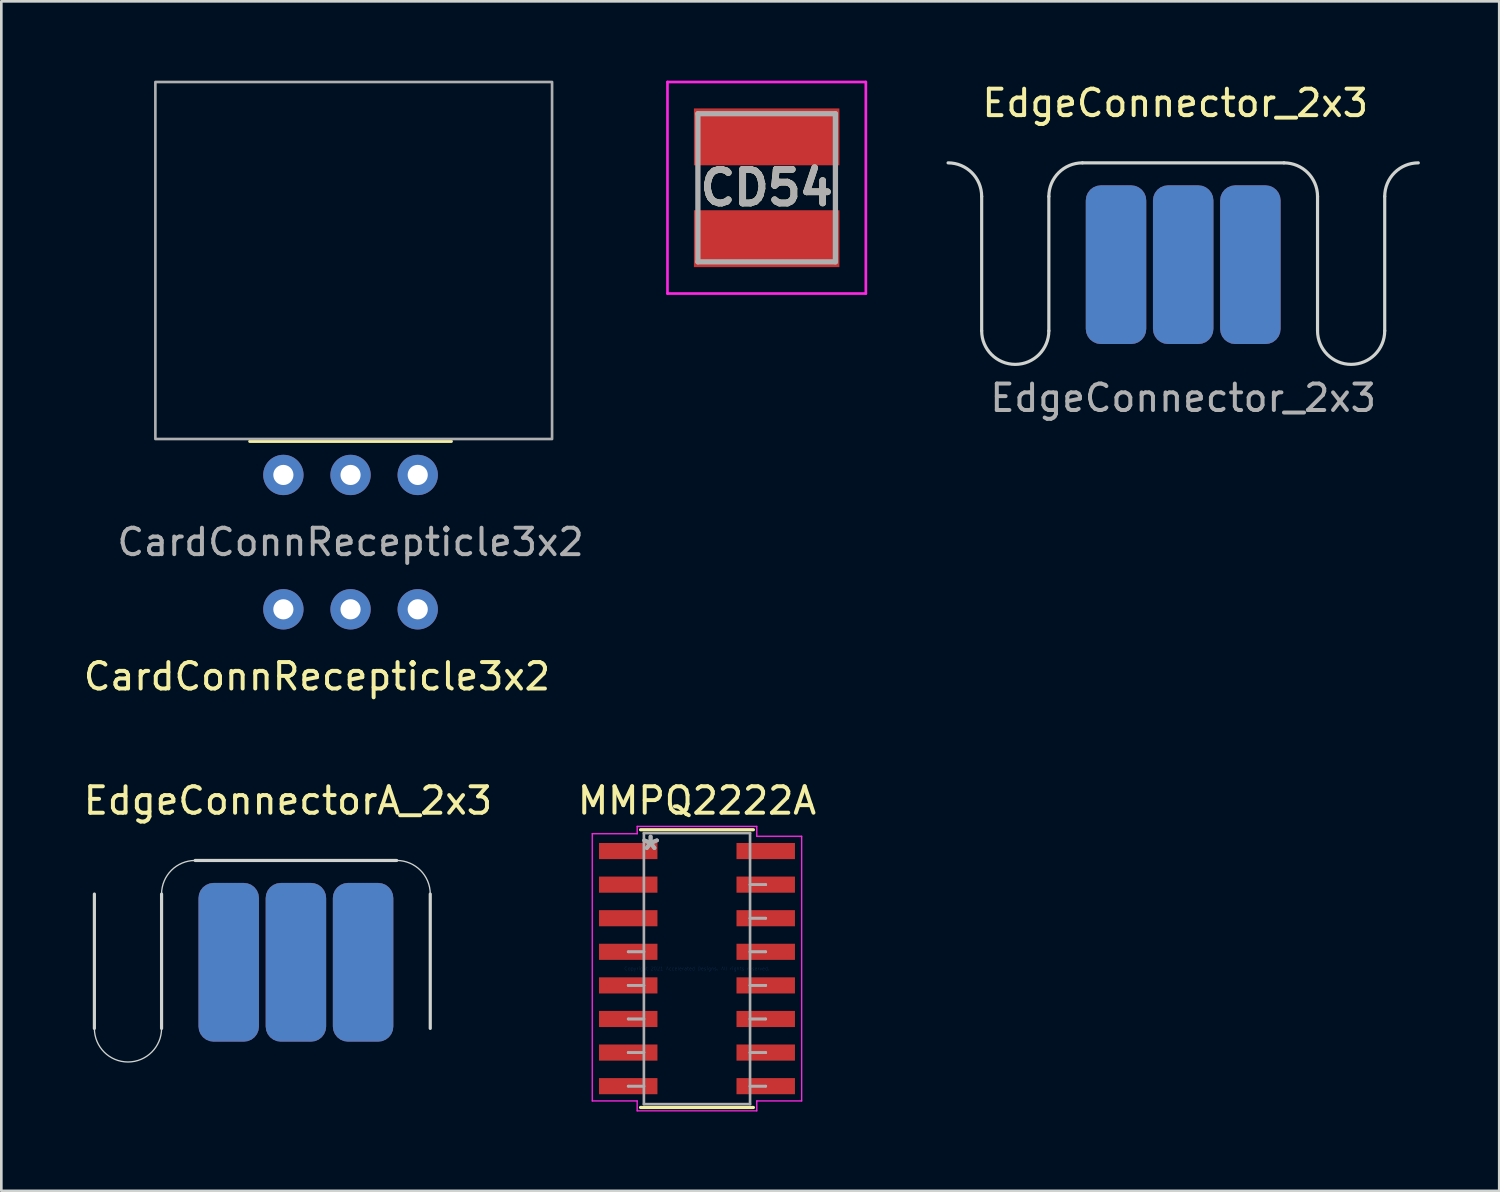
<source format=kicad_pcb>
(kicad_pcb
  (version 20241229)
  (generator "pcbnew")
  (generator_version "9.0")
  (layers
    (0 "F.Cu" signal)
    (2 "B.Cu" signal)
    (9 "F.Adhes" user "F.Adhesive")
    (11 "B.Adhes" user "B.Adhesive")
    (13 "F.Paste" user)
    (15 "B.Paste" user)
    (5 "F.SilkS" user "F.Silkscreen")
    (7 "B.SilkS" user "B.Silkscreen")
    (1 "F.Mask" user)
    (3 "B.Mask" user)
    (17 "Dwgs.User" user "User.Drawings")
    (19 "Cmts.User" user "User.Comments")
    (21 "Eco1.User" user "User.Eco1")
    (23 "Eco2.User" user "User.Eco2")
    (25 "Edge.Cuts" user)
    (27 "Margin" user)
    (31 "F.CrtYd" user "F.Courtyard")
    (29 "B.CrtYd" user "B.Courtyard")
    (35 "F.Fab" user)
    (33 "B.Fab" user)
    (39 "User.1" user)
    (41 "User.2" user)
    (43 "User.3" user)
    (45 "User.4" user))
  (footprint "MMPQ2222A"
    (layer "F.Cu")
    (at 23.304 33.575)
    (property "Reference" "MMPQ2222A" (at 0 -6.35 0) (layer "F.SilkS") (effects (font (size 1 1) (thickness 0.15))))
    (attr through_hole)
    (fp_line (start -2.134 5.251) (end 2.134 5.251) (stroke (width 0.12) (type solid)) (layer "F.SilkS"))
    (fp_line (start 2.134 -5.251) (end -2.134 -5.251) (stroke (width 0.12) (type solid)) (layer "F.SilkS"))
    (fp_line (start -3.959 -5.1) (end -2.26 -5.1) (stroke (width 0.05) (type solid)) (layer "F.CrtYd"))
    (fp_line (start -3.959 5.004) (end -3.959 -5.1) (stroke (width 0.05) (type solid)) (layer "F.CrtYd"))
    (fp_line (start -2.261 5.004) (end -3.959 5.004) (stroke (width 0.05) (type solid)) (layer "F.CrtYd"))
    (fp_line (start -2.261 5.004) (end -2.261 5.378) (stroke (width 0.05) (type solid)) (layer "F.CrtYd"))
    (fp_line (start -2.26 -5.1) (end -2.261 -5.378) (stroke (width 0.05) (type solid)) (layer "F.CrtYd"))
    (fp_line (start 2.261 -5.378) (end -2.261 -5.378) (stroke (width 0.05) (type solid)) (layer "F.CrtYd"))
    (fp_line (start 2.261 -5.378) (end 2.261 -5.004) (stroke (width 0.05) (type solid)) (layer "F.CrtYd"))
    (fp_line (start 2.261 5.378) (end -2.261 5.378) (stroke (width 0.05) (type solid)) (layer "F.CrtYd"))
    (fp_line (start 2.261 5.378) (end 2.261 5.004) (stroke (width 0.05) (type solid)) (layer "F.CrtYd"))
    (fp_line (start 3.959 -5.004) (end 2.261 -5.004) (stroke (width 0.05) (type solid)) (layer "F.CrtYd"))
    (fp_line (start 3.959 -5.004) (end 3.959 5.004) (stroke (width 0.05) (type solid)) (layer "F.CrtYd"))
    (fp_line (start 3.959 5.004) (end 2.261 5.004) (stroke (width 0.05) (type solid)) (layer "F.CrtYd"))
    (fp_line (start -2.6 -0.635) (end -2.6 -0.635) (stroke (width 0.1) (type solid)) (layer "F.Fab"))
    (fp_line (start -2.6 -0.635) (end -2.007 -0.635) (stroke (width 0.1) (type solid)) (layer "F.Fab"))
    (fp_line (start -2.6 0.635) (end -2.6 0.635) (stroke (width 0.1) (type solid)) (layer "F.Fab"))
    (fp_line (start -2.6 0.635) (end -2.007 0.635) (stroke (width 0.1) (type solid)) (layer "F.Fab"))
    (fp_line (start -2.6 1.905) (end -2.6 1.905) (stroke (width 0.1) (type solid)) (layer "F.Fab"))
    (fp_line (start -2.6 1.905) (end -2.007 1.905) (stroke (width 0.1) (type solid)) (layer "F.Fab"))
    (fp_line (start -2.6 3.175) (end -2.6 3.175) (stroke (width 0.1) (type solid)) (layer "F.Fab"))
    (fp_line (start -2.6 3.175) (end -2.007 3.175) (stroke (width 0.1) (type solid)) (layer "F.Fab"))
    (fp_line (start -2.6 4.445) (end -2.6 4.445) (stroke (width 0.1) (type solid)) (layer "F.Fab"))
    (fp_line (start -2.6 4.445) (end -2.007 4.445) (stroke (width 0.1) (type solid)) (layer "F.Fab"))
    (fp_line (start -2.007 -5.124) (end -2.007 5.124) (stroke (width 0.1) (type solid)) (layer "F.Fab"))
    (fp_line (start -2.007 -0.635) (end -2.6 -0.635) (stroke (width 0.1) (type solid)) (layer "F.Fab"))
    (fp_line (start -2.007 -0.635) (end -2.007 -0.635) (stroke (width 0.1) (type solid)) (layer "F.Fab"))
    (fp_line (start -2.007 0.635) (end -2.6 0.635) (stroke (width 0.1) (type solid)) (layer "F.Fab"))
    (fp_line (start -2.007 0.635) (end -2.007 0.635) (stroke (width 0.1) (type solid)) (layer "F.Fab"))
    (fp_line (start -2.007 1.905) (end -2.6 1.905) (stroke (width 0.1) (type solid)) (layer "F.Fab"))
    (fp_line (start -2.007 1.905) (end -2.007 1.905) (stroke (width 0.1) (type solid)) (layer "F.Fab"))
    (fp_line (start -2.007 3.175) (end -2.6 3.175) (stroke (width 0.1) (type solid)) (layer "F.Fab"))
    (fp_line (start -2.007 3.175) (end -2.007 3.175) (stroke (width 0.1) (type solid)) (layer "F.Fab"))
    (fp_line (start -2.007 4.445) (end -2.6 4.445) (stroke (width 0.1) (type solid)) (layer "F.Fab"))
    (fp_line (start -2.007 4.445) (end -2.007 4.445) (stroke (width 0.1) (type solid)) (layer "F.Fab"))
    (fp_line (start -2.007 5.124) (end 2.007 5.124) (stroke (width 0.1) (type solid)) (layer "F.Fab"))
    (fp_line (start 2.007 -5.124) (end -2.007 -5.124) (stroke (width 0.1) (type solid)) (layer "F.Fab"))
    (fp_line (start 2.007 -3.175) (end 2.007 -3.175) (stroke (width 0.1) (type solid)) (layer "F.Fab"))
    (fp_line (start 2.007 -3.175) (end 2.6 -3.175) (stroke (width 0.1) (type solid)) (layer "F.Fab"))
    (fp_line (start 2.007 -1.905) (end 2.007 -1.905) (stroke (width 0.1) (type solid)) (layer "F.Fab"))
    (fp_line (start 2.007 -1.905) (end 2.6 -1.905) (stroke (width 0.1) (type solid)) (layer "F.Fab"))
    (fp_line (start 2.007 -0.635) (end 2.007 -0.635) (stroke (width 0.1) (type solid)) (layer "F.Fab"))
    (fp_line (start 2.007 -0.635) (end 2.6 -0.635) (stroke (width 0.1) (type solid)) (layer "F.Fab"))
    (fp_line (start 2.007 0.635) (end 2.007 0.635) (stroke (width 0.1) (type solid)) (layer "F.Fab"))
    (fp_line (start 2.007 0.635) (end 2.6 0.635) (stroke (width 0.1) (type solid)) (layer "F.Fab"))
    (fp_line (start 2.007 1.905) (end 2.007 1.905) (stroke (width 0.1) (type solid)) (layer "F.Fab"))
    (fp_line (start 2.007 1.905) (end 2.6 1.905) (stroke (width 0.1) (type solid)) (layer "F.Fab"))
    (fp_line (start 2.007 3.175) (end 2.007 3.175) (stroke (width 0.1) (type solid)) (layer "F.Fab"))
    (fp_line (start 2.007 3.175) (end 2.6 3.175) (stroke (width 0.1) (type solid)) (layer "F.Fab"))
    (fp_line (start 2.007 4.445) (end 2.007 4.445) (stroke (width 0.1) (type solid)) (layer "F.Fab"))
    (fp_line (start 2.007 4.445) (end 2.6 4.445) (stroke (width 0.1) (type solid)) (layer "F.Fab"))
    (fp_line (start 2.007 5.124) (end 2.007 -5.124) (stroke (width 0.1) (type solid)) (layer "F.Fab"))
    (fp_line (start 2.6 -3.175) (end 2.007 -3.175) (stroke (width 0.1) (type solid)) (layer "F.Fab"))
    (fp_line (start 2.6 -3.175) (end 2.6 -3.175) (stroke (width 0.1) (type solid)) (layer "F.Fab"))
    (fp_line (start 2.6 -1.905) (end 2.007 -1.905) (stroke (width 0.1) (type solid)) (layer "F.Fab"))
    (fp_line (start 2.6 -1.905) (end 2.6 -1.905) (stroke (width 0.1) (type solid)) (layer "F.Fab"))
    (fp_line (start 2.6 -0.635) (end 2.007 -0.635) (stroke (width 0.1) (type solid)) (layer "F.Fab"))
    (fp_line (start 2.6 -0.635) (end 2.6 -0.635) (stroke (width 0.1) (type solid)) (layer "F.Fab"))
    (fp_line (start 2.6 0.635) (end 2.007 0.635) (stroke (width 0.1) (type solid)) (layer "F.Fab"))
    (fp_line (start 2.6 0.635) (end 2.6 0.635) (stroke (width 0.1) (type solid)) (layer "F.Fab"))
    (fp_line (start 2.6 1.905) (end 2.007 1.905) (stroke (width 0.1) (type solid)) (layer "F.Fab"))
    (fp_line (start 2.6 1.905) (end 2.6 1.905) (stroke (width 0.1) (type solid)) (layer "F.Fab"))
    (fp_line (start 2.6 3.175) (end 2.007 3.175) (stroke (width 0.1) (type solid)) (layer "F.Fab"))
    (fp_line (start 2.6 3.175) (end 2.6 3.175) (stroke (width 0.1) (type solid)) (layer "F.Fab"))
    (fp_line (start 2.6 4.445) (end 2.007 4.445) (stroke (width 0.1) (type solid)) (layer "F.Fab"))
    (fp_line (start 2.6 4.445) (end 2.6 4.445) (stroke (width 0.1) (type solid)) (layer "F.Fab"))
    (fp_text user "Copyright 2021 Accelerated Designs. All rights reserved." (at 0 0 0) (layer "Cmts.User") (effects (font (size 0.127 0.127) (thickness 0.002))))
    (fp_text user "*" (at -1.753 -4.445 0) (layer "F.Fab") (effects (font (size 1 1) (thickness 0.15))))
    (fp_text user "*" (at -1.753 -4.445 0) (layer "F.Fab") (effects (font (size 1 1) (thickness 0.15))))
    (pad "1" smd rect (at -2.6 -4.445) (size 2.21 0.61) (layers "F.Cu" "F.Mask" "F.Paste"))
    (pad "2" smd rect (at -2.6 -3.175) (size 2.21 0.61) (layers "F.Cu" "F.Mask" "F.Paste"))
    (pad "3" smd rect (at -2.6 -1.905) (size 2.21 0.61) (layers "F.Cu" "F.Mask" "F.Paste"))
    (pad "4" smd rect (at -2.6 -0.635) (size 2.21 0.61) (layers "F.Cu" "F.Mask" "F.Paste"))
    (pad "5" smd rect (at -2.6 0.635) (size 2.21 0.61) (layers "F.Cu" "F.Mask" "F.Paste"))
    (pad "6" smd rect (at -2.6 1.905) (size 2.21 0.61) (layers "F.Cu" "F.Mask" "F.Paste"))
    (pad "7" smd rect (at -2.6 3.175) (size 2.21 0.61) (layers "F.Cu" "F.Mask" "F.Paste"))
    (pad "8" smd rect (at -2.6 4.445) (size 2.21 0.61) (layers "F.Cu" "F.Mask" "F.Paste"))
    (pad "9" smd rect (at 2.6 4.445) (size 2.21 0.61) (layers "F.Cu" "F.Mask" "F.Paste"))
    (pad "10" smd rect (at 2.6 3.175) (size 2.21 0.61) (layers "F.Cu" "F.Mask" "F.Paste"))
    (pad "11" smd rect (at 2.6 1.905) (size 2.21 0.61) (layers "F.Cu" "F.Mask" "F.Paste"))
    (pad "12" smd rect (at 2.6 0.635) (size 2.21 0.61) (layers "F.Cu" "F.Mask" "F.Paste"))
    (pad "13" smd rect (at 2.6 -0.635) (size 2.21 0.61) (layers "F.Cu" "F.Mask" "F.Paste"))
    (pad "14" smd rect (at 2.6 -1.905) (size 2.21 0.61) (layers "F.Cu" "F.Mask" "F.Paste"))
    (pad "15" smd rect (at 2.6 -3.175) (size 2.21 0.61) (layers "F.Cu" "F.Mask" "F.Paste"))
    (pad "16" smd rect (at 2.6 -4.445) (size 2.21 0.61) (layers "F.Cu" "F.Mask" "F.Paste")))
  (footprint "CardConnRecepticle3x2"
    (layer "F.Cu")
    (at 10.205 17.449)
    (property "Reference" "CardConnRecepticle3x2" (at -1.27 5.08 0) (unlocked yes) (layer "F.SilkS") (effects (font (size 1 1) (thickness 0.15))))
    (attr through_hole)
    (fp_rect (start -3.81 -3.81) (end 3.81 -3.81) (stroke (width 0.12) (type solid)) (fill no) (layer "F.SilkS"))
    (fp_rect (start 7.62 -17.399) (end -7.38 -3.899) (stroke (width 0.1) (type solid)) (fill no) (layer "F.Fab"))
    (fp_text user "${REFERENCE}" (at 0 0 0) (unlocked yes) (layer "F.Fab") (effects (font (size 1 1) (thickness 0.15))))
    (pad "1" thru_hole circle (at 2.54 2.54) (size 1.524 1.524) (drill 0.762) (layers "*.Cu" "*.Mask"))
    (pad "2" thru_hole circle (at 0 2.54) (size 1.524 1.524) (drill 0.762) (layers "*.Cu" "*.Mask"))
    (pad "3" thru_hole circle (at -2.54 2.54) (size 1.524 1.524) (drill 0.762) (layers "*.Cu" "*.Mask"))
    (pad "4" thru_hole circle (at 2.54 -2.54) (size 1.524 1.524) (drill 0.762) (layers "*.Cu" "*.Mask"))
    (pad "5" thru_hole circle (at 0 -2.54) (size 1.524 1.524) (drill 0.762) (layers "*.Cu" "*.Mask"))
    (pad "6" thru_hole circle (at -2.54 -2.54) (size 1.524 1.524) (drill 0.762) (layers "*.Cu" "*.Mask")))
  (footprint "EdgeConnectorA_2x3"
    (layer "F.Cu")
    (at 8.139 30.756)
    (property "Reference" "EdgeConnectorA_2x3" (at -0.3 -3.53 0) (unlocked yes) (layer "F.SilkS") (effects (font (size 1 1) (thickness 0.15))))
    (attr smd)
    (fp_line (start -7.62 5.08) (end -7.62 0) (stroke (width 0.12) (type solid)) (layer "Edge.Cuts"))
    (fp_line (start -5.08 5.08) (end -5.08 0) (stroke (width 0.12) (type solid)) (layer "Edge.Cuts"))
    (fp_line (start -3.81 -1.27) (end 3.81 -1.27) (stroke (width 0.12) (type solid)) (layer "Edge.Cuts"))
    (fp_line (start 5.08 0) (end 5.08 5.08) (stroke (width 0.12) (type solid)) (layer "Edge.Cuts"))
    (fp_arc (start -5.08 0) (mid -4.708026 -0.898026) (end -3.81 -1.27) (stroke (width 0.05) (type default)) (layer "Edge.Cuts"))
    (fp_arc (start -5.08 5.08) (mid -6.35 6.35) (end -7.62 5.08) (stroke (width 0.05) (type default)) (layer "Edge.Cuts"))
    (fp_arc (start 3.81 -1.27) (mid 4.708026 -0.898026) (end 5.08 0) (stroke (width 0.05) (type default)) (layer "Edge.Cuts"))
    (pad "1" smd roundrect (at -2.54 2.58) (size 2.286 6) (layers "F.Cu" "F.Mask") (roundrect_rratio 0.25))
    (pad "2" smd roundrect (at 0 2.58) (size 2.286 6) (layers "F.Cu" "F.Mask") (roundrect_rratio 0.25))
    (pad "3" smd roundrect (at 2.54 2.58) (size 2.286 6) (layers "F.Cu" "F.Mask") (roundrect_rratio 0.25))
    (pad "4" smd roundrect (at -2.54 2.58) (size 2.286 6) (layers "B.Cu" "B.Mask") (roundrect_rratio 0.25))
    (pad "5" smd roundrect (at 0 2.58) (size 2.286 6) (layers "B.Cu" "B.Mask") (roundrect_rratio 0.25))
    (pad "6" smd roundrect (at 2.54 2.58) (size 2.286 6) (layers "B.Cu" "B.Mask") (roundrect_rratio 0.25)))
  (footprint "EdgeConnector_2x3"
    (layer "F.Cu")
    (at 41.689 4.378)
    (property "Reference" "EdgeConnector_2x3" (at -0.3 -3.53 0) (unlocked yes) (layer "F.SilkS") (effects (font (size 1 1) (thickness 0.15))))
    (attr smd)
    (fp_line (start -7.62 5.08) (end -7.62 0) (stroke (width 0.12) (type solid)) (layer "Edge.Cuts"))
    (fp_line (start -5.08 5.08) (end -5.08 0) (stroke (width 0.12) (type solid)) (layer "Edge.Cuts"))
    (fp_line (start -3.81 -1.27) (end 3.81 -1.27) (stroke (width 0.12) (type solid)) (layer "Edge.Cuts"))
    (fp_line (start 5.08 0) (end 5.08 5.08) (stroke (width 0.12) (type solid)) (layer "Edge.Cuts"))
    (fp_line (start 7.62 5.08) (end 7.62 0) (stroke (width 0.12) (type solid)) (layer "Edge.Cuts"))
    (fp_arc (start -8.89 -1.27) (mid -7.991974 -0.898026) (end -7.62 0) (stroke (width 0.12) (type solid)) (layer "Edge.Cuts"))
    (fp_arc (start -5.08 0) (mid -4.708026 -0.898026) (end -3.81 -1.27) (stroke (width 0.12) (type solid)) (layer "Edge.Cuts"))
    (fp_arc (start -5.08 5.08) (mid -6.35 6.35) (end -7.62 5.08) (stroke (width 0.12) (type solid)) (layer "Edge.Cuts"))
    (fp_arc (start 3.81 -1.27) (mid 4.708026 -0.898026) (end 5.08 0) (stroke (width 0.12) (type solid)) (layer "Edge.Cuts"))
    (fp_arc (start 7.62 0) (mid 7.991974 -0.898026) (end 8.89 -1.27) (stroke (width 0.12) (type solid)) (layer "Edge.Cuts"))
    (fp_arc (start 7.62 5.08) (mid 6.35 6.35) (end 5.08 5.08) (stroke (width 0.12) (type solid)) (layer "Edge.Cuts"))
    (fp_text user "${REFERENCE}" (at 0 7.62 0) (unlocked yes) (layer "F.Fab") (effects (font (size 1 1) (thickness 0.15))))
    (pad "1" smd roundrect (at -2.54 2.58) (size 2.286 6) (layers "F.Cu" "F.Mask") (roundrect_rratio 0.25))
    (pad "2" smd roundrect (at 0 2.58) (size 2.286 6) (layers "F.Cu" "F.Mask") (roundrect_rratio 0.25))
    (pad "3" smd roundrect (at 2.54 2.58) (size 2.286 6) (layers "F.Cu" "F.Mask") (roundrect_rratio 0.25))
    (pad "4" smd roundrect (at -2.54 2.58) (size 2.286 6) (layers "B.Cu" "B.Mask") (roundrect_rratio 0.25))
    (pad "5" smd roundrect (at 0 2.58) (size 2.286 6) (layers "B.Cu" "B.Mask") (roundrect_rratio 0.25))
    (pad "6" smd roundrect (at 2.54 2.58) (size 2.286 6) (layers "B.Cu" "B.Mask") (roundrect_rratio 0.25)))
  (footprint "CD54"
    (layer "F.Cu")
    (at 25.939 4.05)
    (property "Reference" "CD54" (at 0 0 0) (layer "F.SilkS") (effects (font (size 1.27 1.27) (thickness 0.254))))
    (attr smd)
    (fp_line (start -2.6 -0.5) (end -2.6 0.5) (stroke (width 0.1) (type solid)) (layer "F.SilkS"))
    (fp_line (start 2.6 -0.5) (end 2.6 0.5) (stroke (width 0.1) (type solid)) (layer "F.SilkS"))
    (fp_line (start -3.75 -4) (end 3.75 -4) (stroke (width 0.1) (type solid)) (layer "F.CrtYd"))
    (fp_line (start -3.75 4) (end -3.75 -4) (stroke (width 0.1) (type solid)) (layer "F.CrtYd"))
    (fp_line (start 3.75 -4) (end 3.75 4) (stroke (width 0.1) (type solid)) (layer "F.CrtYd"))
    (fp_line (start 3.75 4) (end -3.75 4) (stroke (width 0.1) (type solid)) (layer "F.CrtYd"))
    (fp_line (start -2.6 -2.8) (end 2.6 -2.8) (stroke (width 0.2) (type solid)) (layer "F.Fab"))
    (fp_line (start -2.6 2.8) (end -2.6 -2.8) (stroke (width 0.2) (type solid)) (layer "F.Fab"))
    (fp_line (start 2.6 -2.8) (end 2.6 2.8) (stroke (width 0.2) (type solid)) (layer "F.Fab"))
    (fp_line (start 2.6 2.8) (end -2.6 2.8) (stroke (width 0.2) (type solid)) (layer "F.Fab"))
    (fp_text user "${REFERENCE}" (at 0 0 0) (layer "F.Fab") (effects (font (size 1.27 1.27) (thickness 0.254))))
    (pad "1" smd rect (at 0 -1.925 90) (size 2.15 5.5) (layers "F.Cu" "F.Mask" "F.Paste"))
    (pad "2" smd rect (at 0 1.925 90) (size 2.15 5.5) (layers "F.Cu" "F.Mask" "F.Paste")))
  (gr_rect
    (start -3 -3)
    (end 53.639 41.978)
    (stroke (width 0.1) (type default))
    (fill no)
    (layer "Edge.Cuts")))
</source>
